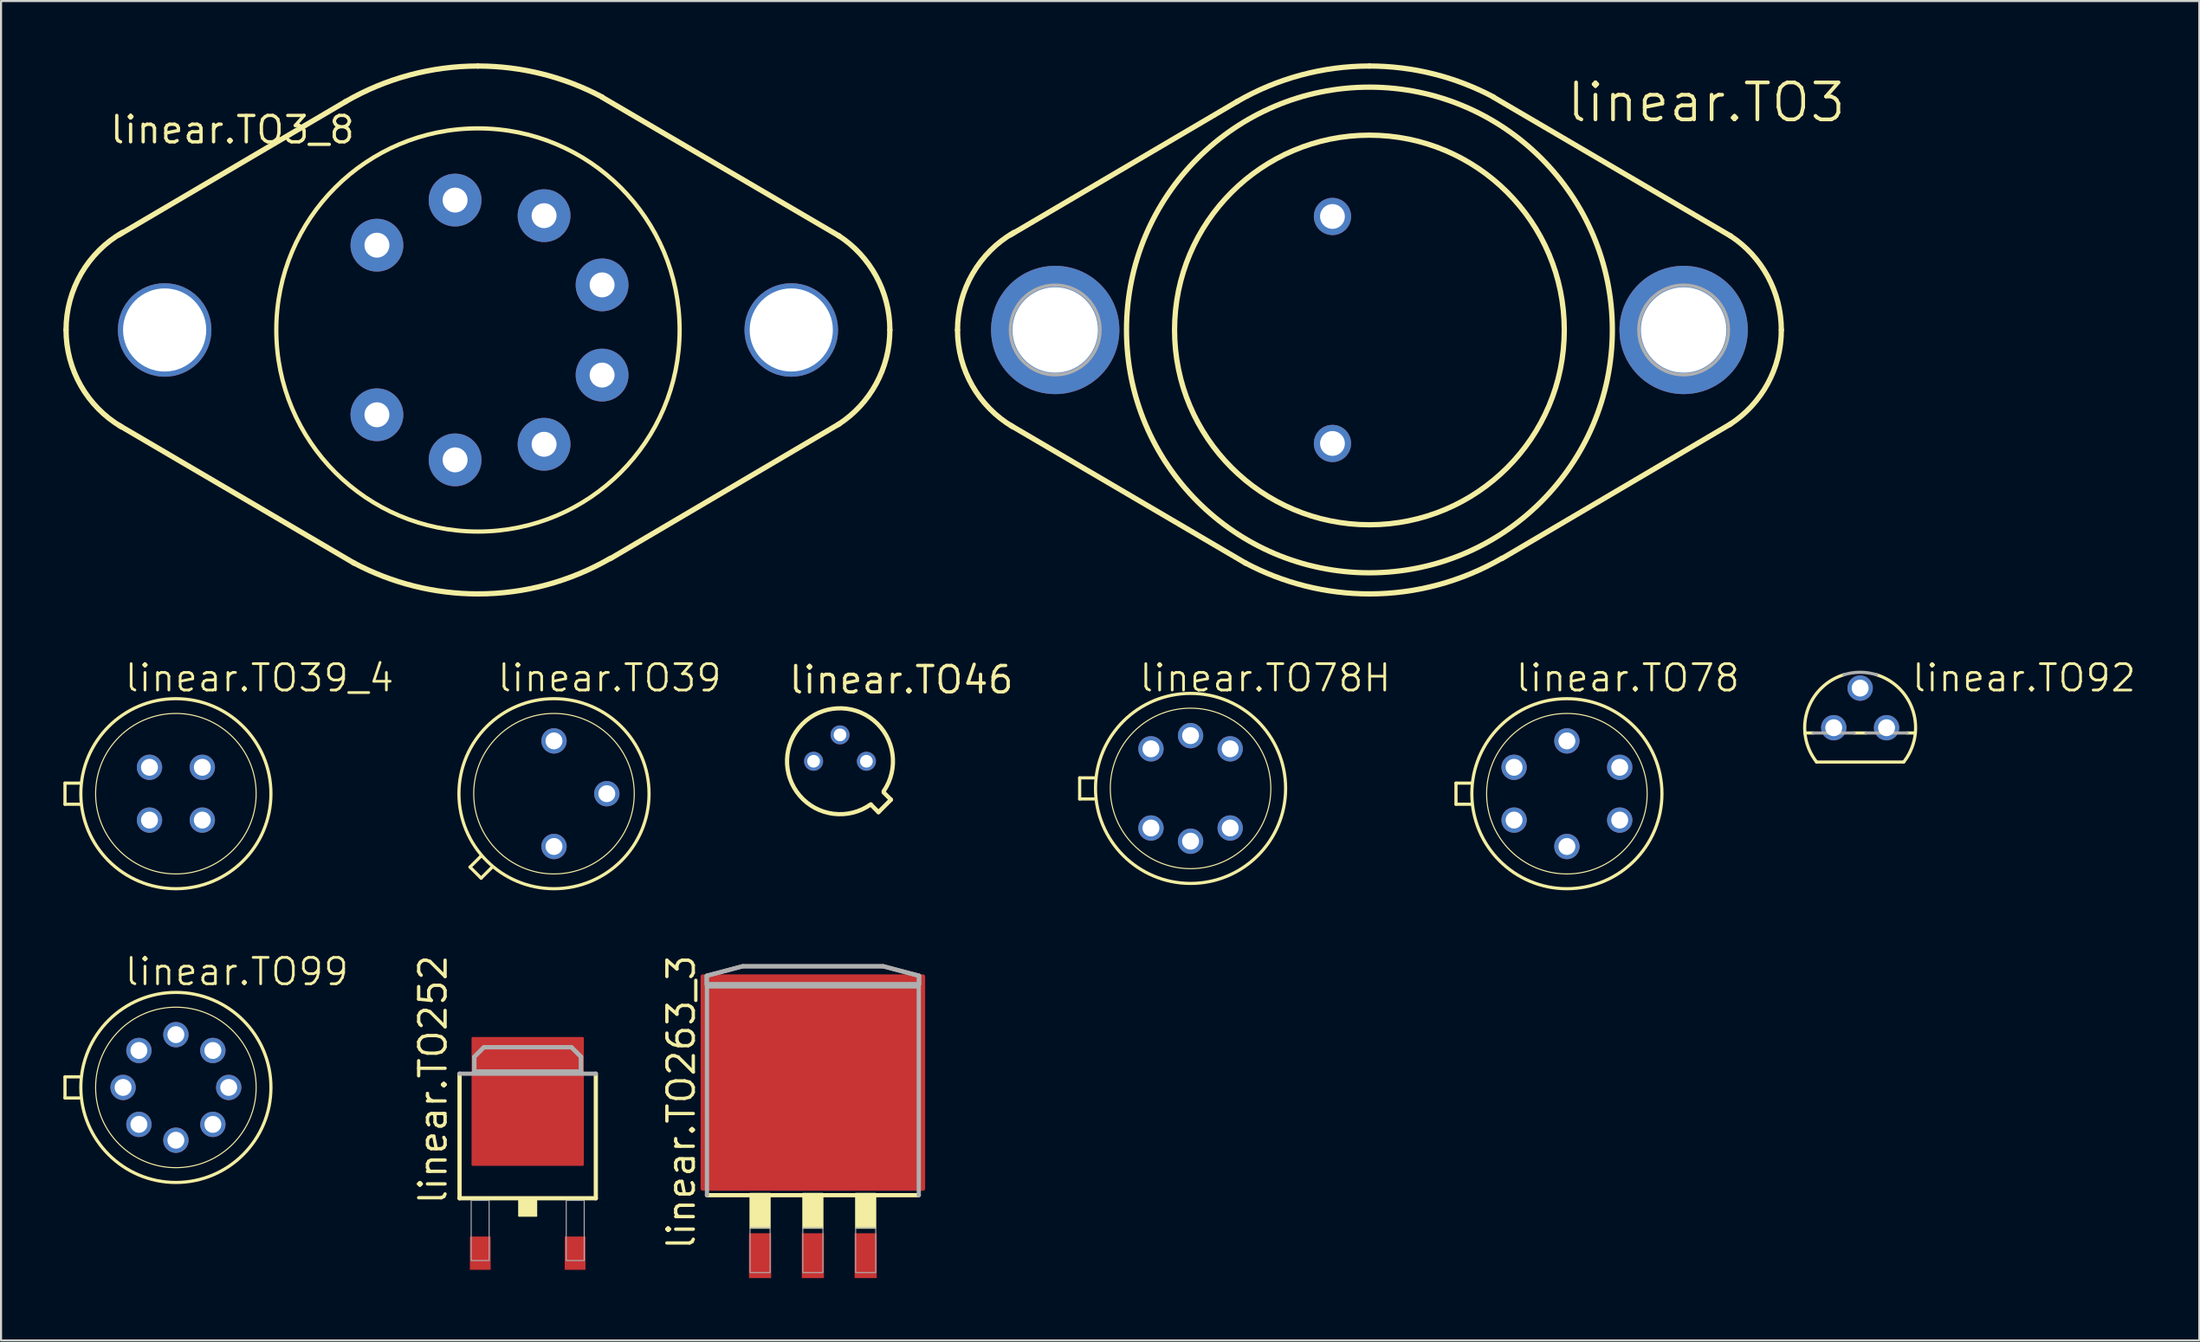
<source format=kicad_pcb>
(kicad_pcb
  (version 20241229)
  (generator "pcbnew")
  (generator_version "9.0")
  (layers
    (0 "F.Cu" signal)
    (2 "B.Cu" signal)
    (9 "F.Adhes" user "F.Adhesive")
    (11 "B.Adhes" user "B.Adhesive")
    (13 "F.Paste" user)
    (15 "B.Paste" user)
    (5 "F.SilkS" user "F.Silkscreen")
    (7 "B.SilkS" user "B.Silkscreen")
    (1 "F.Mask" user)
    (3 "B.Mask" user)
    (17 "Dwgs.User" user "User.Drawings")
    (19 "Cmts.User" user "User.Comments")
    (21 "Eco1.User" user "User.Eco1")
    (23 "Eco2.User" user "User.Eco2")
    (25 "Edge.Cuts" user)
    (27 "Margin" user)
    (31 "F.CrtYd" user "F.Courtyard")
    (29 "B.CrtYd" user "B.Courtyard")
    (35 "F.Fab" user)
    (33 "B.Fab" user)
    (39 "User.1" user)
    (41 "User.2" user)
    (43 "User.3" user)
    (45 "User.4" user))
  (footprint "linear.TO78H"
    (layer "F.Cu")
    (at 54.214 34.886)
    (property "Reference" "linear.TO78H" (at -2.54 -4.572 0) (layer "F.SilkS") (effects (font (size 1.27 1.27) (thickness 0.13)) (justify left bottom)))
    (attr through_hole)
    (fp_line (start -5.334 0.508) (end -5.334 -0.508) (stroke (width 0.152) (type default)) (layer "F.SilkS"))
    (fp_line (start -5.334 0.508) (end -4.572 0.508) (stroke (width 0.152) (type default)) (layer "F.SilkS"))
    (fp_line (start -4.572 -0.508) (end -5.334 -0.508) (stroke (width 0.152) (type default)) (layer "F.SilkS"))
    (fp_circle (center 0 0) (end 3.861 0) (stroke (width 0.051) (type default)) (fill no) (layer "F.SilkS"))
    (fp_circle (center 0 0) (end 4.572 0) (stroke (width 0.152) (type default)) (fill no) (layer "F.SilkS"))
    (pad "1" thru_hole circle (at -1.905 1.905) (size 1.219 1.219) (drill 0.813) (layers "*.Cu" "*.Mask"))
    (pad "2" thru_hole circle (at 0 2.54) (size 1.219 1.219) (drill 0.813) (layers "*.Cu" "*.Mask"))
    (pad "3" thru_hole circle (at 1.905 1.905) (size 1.219 1.219) (drill 0.813) (layers "*.Cu" "*.Mask"))
    (pad "4" thru_hole circle (at 1.905 -1.905) (size 1.219 1.219) (drill 0.813) (layers "*.Cu" "*.Mask"))
    (pad "5" thru_hole circle (at 0 -2.54) (size 1.219 1.219) (drill 0.813) (layers "*.Cu" "*.Mask"))
    (pad "6" thru_hole circle (at -1.905 -1.905) (size 1.219 1.219) (drill 0.813) (layers "*.Cu" "*.Mask")))
  (footprint "linear.TO39_4"
    (layer "F.Cu")
    (at 5.41 35.14)
    (property "Reference" "linear.TO39_4" (at -2.54 -4.826 0) (layer "F.SilkS") (effects (font (size 1.27 1.27) (thickness 0.13)) (justify left bottom)))
    (attr through_hole)
    (fp_line (start -5.334 0.508) (end -5.334 -0.508) (stroke (width 0.152) (type default)) (layer "F.SilkS"))
    (fp_line (start -5.334 0.508) (end -4.572 0.508) (stroke (width 0.152) (type default)) (layer "F.SilkS"))
    (fp_line (start -4.572 -0.508) (end -5.334 -0.508) (stroke (width 0.152) (type default)) (layer "F.SilkS"))
    (fp_circle (center 0 0) (end 3.861 0) (stroke (width 0.051) (type default)) (fill no) (layer "F.SilkS"))
    (fp_circle (center 0 0) (end 4.572 0) (stroke (width 0.152) (type default)) (fill no) (layer "F.SilkS"))
    (pad "1" thru_hole circle (at -1.27 1.27) (size 1.219 1.219) (drill 0.813) (layers "*.Cu" "*.Mask"))
    (pad "2" thru_hole circle (at 1.27 1.27) (size 1.219 1.219) (drill 0.813) (layers "*.Cu" "*.Mask"))
    (pad "3" thru_hole circle (at 1.27 -1.27) (size 1.219 1.219) (drill 0.813) (layers "*.Cu" "*.Mask"))
    (pad "4" thru_hole circle (at -1.27 -1.27) (size 1.219 1.219) (drill 0.813) (layers "*.Cu" "*.Mask")))
  (footprint "linear.TO252"
    (layer "F.Cu")
    (at 22.331 52.448)
    (property "Reference" "linear.TO252" (at -3.81 2.54 90) (layer "F.SilkS") (effects (font (size 1.27 1.27) (thickness 0.16)) (justify left bottom)))
    (attr smd)
    (fp_line (start -3.277 2.159) (end -3.277 -3.835) (stroke (width 0.203) (type default)) (layer "F.SilkS"))
    (fp_line (start 3.277 -3.835) (end 3.277 2.159) (stroke (width 0.203) (type default)) (layer "F.SilkS"))
    (fp_line (start 3.277 2.159) (end -3.277 2.159) (stroke (width 0.203) (type default)) (layer "F.SilkS"))
    (fp_rect (start -0.432 3.023) (end 0.432 2.261) (stroke (width 0.05) (type default)) (fill yes) (layer "F.SilkS"))
    (fp_line (start -3.277 -3.835) (end 3.277 -3.835) (stroke (width 0.203) (type default)) (layer "F.Fab"))
    (fp_line (start -2.565 -4.648) (end -2.108 -5.105) (stroke (width 0.203) (type default)) (layer "F.Fab"))
    (fp_line (start -2.565 -3.937) (end -2.565 -4.648) (stroke (width 0.203) (type default)) (layer "F.Fab"))
    (fp_line (start -2.108 -5.105) (end 2.108 -5.105) (stroke (width 0.203) (type default)) (layer "F.Fab"))
    (fp_line (start 2.108 -5.105) (end 2.565 -4.648) (stroke (width 0.203) (type default)) (layer "F.Fab"))
    (fp_line (start 2.565 -4.648) (end 2.565 -3.937) (stroke (width 0.203) (type default)) (layer "F.Fab"))
    (fp_line (start 2.565 -3.937) (end -2.565 -3.937) (stroke (width 0.203) (type default)) (layer "F.Fab"))
    (fp_rect (start -2.718 5.156) (end -1.854 2.261) (stroke (width 0.05) (type default)) (fill no) (layer "F.Fab"))
    (fp_rect (start 1.854 5.156) (end 2.718 2.261) (stroke (width 0.05) (type default)) (fill no) (layer "F.Fab"))
    (fp_poly (pts (xy -2.565 -3.937) (xy -2.565 -4.648) (xy -2.108 -5.105) (xy 2.108 -5.105) (xy 2.565 -4.648) (xy 2.565 -3.937)) (stroke (width 0.2) (type default)) (fill no) (layer "F.Fab"))
    (pad "1" smd roundrect (at -2.28 4.8) (size 1 1.6) (layers "F.Cu" "F.Mask" "F.Paste") (roundrect_rratio 0.01))
    (pad "2" smd roundrect (at 2.28 4.8) (size 1 1.6) (layers "F.Cu" "F.Mask" "F.Paste") (roundrect_rratio 0.01))
    (pad "3" smd roundrect (at 0 -2.5) (size 5.4 6.2) (layers "F.Cu" "F.Mask" "F.Paste") (roundrect_rratio 0.01)))
  (footprint "linear.TO3_8"
    (layer "F.Cu")
    (at 19.939 12.827)
    (property "Reference" "linear.TO3_8" (at -17.78 -8.89 0) (layer "F.SilkS") (effects (font (size 1.27 1.27) (thickness 0.16)) (justify left bottom)))
    (attr through_hole)
    (fp_line (start -6.35 -10.998) (end -17.272 -4.572) (stroke (width 0.254) (type default)) (layer "F.SilkS"))
    (fp_line (start -5.944 11.227) (end -17.247 4.597) (stroke (width 0.254) (type default)) (layer "F.SilkS"))
    (fp_line (start 5.969 -11.201) (end 17.374 -4.521) (stroke (width 0.254) (type default)) (layer "F.SilkS"))
    (fp_line (start 6.375 10.998) (end 17.374 4.521) (stroke (width 0.254) (type default)) (layer "F.SilkS"))
    (fp_arc (start -19.812 0) (mid -19.08306 -2.712168) (end -17.0927 -4.6935) (stroke (width 0.254) (type default)) (layer "F.SilkS"))
    (fp_arc (start -17.1555 4.657) (mid -19.101186 2.680705) (end -19.812 0) (stroke (width 0.254) (type default)) (layer "F.SilkS"))
    (fp_arc (start -6.3718 -10.9859) (mid -3.299165 -12.263989) (end 0 -12.7) (stroke (width 0.254) (type default)) (layer "F.SilkS"))
    (fp_arc (start 0 -12.7) (mid 3.080216 -12.320819) (end 5.9765 -11.2059) (stroke (width 0.254) (type default)) (layer "F.SilkS"))
    (fp_arc (start 0 12.7) (mid -3.080216 12.320819) (end -5.9765 11.2059) (stroke (width 0.254) (type default)) (layer "F.SilkS"))
    (fp_arc (start 6.3718 10.9859) (mid 3.299165 12.263989) (end 0 12.7) (stroke (width 0.254) (type default)) (layer "F.SilkS"))
    (fp_arc (start 17.3366 -4.545) (mid 19.153012 -2.587691) (end 19.812 0) (stroke (width 0.254) (type default)) (layer "F.SilkS"))
    (fp_arc (start 19.812 0) (mid 19.153012 2.587691) (end 17.3366 4.545) (stroke (width 0.254) (type default)) (layer "F.SilkS"))
    (fp_circle (center 0 0) (end 9.7 0) (stroke (width 0.203) (type default)) (fill no) (layer "F.SilkS"))
    (pad "1" thru_hole circle (at -4.86 4.08) (size 2.54 2.54) (drill 1.2) (layers "*.Cu" "*.Mask"))
    (pad "2" thru_hole circle (at -1.1 6.25) (size 2.54 2.54) (drill 1.2) (layers "*.Cu" "*.Mask"))
    (pad "3" thru_hole circle (at 3.18 5.5) (size 2.54 2.54) (drill 1.2) (layers "*.Cu" "*.Mask"))
    (pad "4" thru_hole circle (at 5.97 2.17) (size 2.54 2.54) (drill 1.2) (layers "*.Cu" "*.Mask"))
    (pad "5" thru_hole circle (at 5.97 -2.17) (size 2.54 2.54) (drill 1.2) (layers "*.Cu" "*.Mask"))
    (pad "6" thru_hole circle (at 3.18 -5.5) (size 2.54 2.54) (drill 1.2) (layers "*.Cu" "*.Mask"))
    (pad "7" thru_hole circle (at -1.1 -6.25) (size 2.54 2.54) (drill 1.2) (layers "*.Cu" "*.Mask"))
    (pad "8" thru_hole circle (at -4.86 -4.08) (size 2.54 2.54) (drill 1.2) (layers "*.Cu" "*.Mask"))
    (pad "G@1" thru_hole circle (at -15.07 0) (size 4.5 4.5) (drill 4) (layers "*.Cu" "*.Mask"))
    (pad "G@2" thru_hole circle (at 15.07 0) (size 4.5 4.5) (drill 4) (layers "*.Cu" "*.Mask")))
  (footprint "linear.TO39"
    (layer "F.Cu")
    (at 23.596 35.14)
    (property "Reference" "linear.TO39" (at -2.794 -4.826 0) (layer "F.SilkS") (effects (font (size 1.27 1.27) (thickness 0.13)) (justify left bottom)))
    (attr through_hole)
    (fp_line (start -4.039 3.531) (end -3.505 2.997) (stroke (width 0.152) (type default)) (layer "F.SilkS"))
    (fp_line (start -3.505 4.064) (end -4.039 3.531) (stroke (width 0.152) (type default)) (layer "F.SilkS"))
    (fp_line (start -2.972 3.531) (end -3.505 4.064) (stroke (width 0.152) (type default)) (layer "F.SilkS"))
    (fp_circle (center 0 0) (end 3.861 0) (stroke (width 0.051) (type default)) (fill no) (layer "F.SilkS"))
    (fp_circle (center 0 0) (end 4.572 0) (stroke (width 0.152) (type default)) (fill no) (layer "F.SilkS"))
    (pad "1" thru_hole circle (at 0 2.54) (size 1.219 1.219) (drill 0.813) (layers "*.Cu" "*.Mask"))
    (pad "2" thru_hole circle (at 2.54 0) (size 1.219 1.219) (drill 0.813) (layers "*.Cu" "*.Mask"))
    (pad "3" thru_hole circle (at 0 -2.54) (size 1.219 1.219) (drill 0.813) (layers "*.Cu" "*.Mask")))
  (footprint "linear.TO92"
    (layer "F.Cu")
    (at 86.42 31.965)
    (property "Reference" "linear.TO92" (at 2.413 -1.651 0) (layer "F.SilkS") (effects (font (size 1.27 1.27) (thickness 0.13)) (justify left bottom)))
    (attr through_hole)
    (fp_line (start -2.655 0.254) (end -2.254 0.254) (stroke (width 0.152) (type default)) (layer "F.SilkS"))
    (fp_line (start -2.095 1.651) (end 2.095 1.651) (stroke (width 0.152) (type default)) (layer "F.SilkS"))
    (fp_line (start -0.286 0.254) (end 0.286 0.254) (stroke (width 0.152) (type default)) (layer "F.SilkS"))
    (fp_line (start 2.254 0.254) (end 2.655 0.254) (stroke (width 0.152) (type default)) (layer "F.SilkS"))
    (fp_arc (start -2.095 1.651) (mid -2.546799 -0.793168) (end -0.7869 -2.5484) (stroke (width 0.1524) (type default)) (layer "F.SilkS"))
    (fp_arc (start 0.7869 -2.5484) (mid 2.546799 -0.793168) (end 2.095 1.651) (stroke (width 0.1524) (type default)) (layer "F.SilkS"))
    (fp_line (start -2.254 0.254) (end -0.286 0.254) (stroke (width 0.152) (type default)) (layer "F.Fab"))
    (fp_line (start 0.286 0.254) (end 2.254 0.254) (stroke (width 0.152) (type default)) (layer "F.Fab"))
    (fp_arc (start -0.7864 -2.5484) (mid 0 -2.666977) (end 0.7864 -2.5484) (stroke (width 0.1524) (type default)) (layer "F.Fab"))
    (pad "1" thru_hole circle (at -1.27 0) (size 1.219 1.219) (drill 0.813) (layers "*.Cu" "*.Mask"))
    (pad "2" thru_hole circle (at 0 -1.905) (size 1.219 1.219) (drill 0.813) (layers "*.Cu" "*.Mask"))
    (pad "3" thru_hole circle (at 1.27 0) (size 1.219 1.219) (drill 0.813) (layers "*.Cu" "*.Mask")))
  (footprint "linear.TO46"
    (layer "F.Cu")
    (at 37.353 33.579)
    (property "Reference" "linear.TO46" (at -2.54 -3.175 0) (layer "F.SilkS") (effects (font (size 1.27 1.27) (thickness 0.16)) (justify left bottom)))
    (attr through_hole)
    (fp_line (start 1.85 2.45) (end 1.5 2.1) (stroke (width 0.203) (type default)) (layer "F.SilkS"))
    (fp_line (start 2.1 1.5) (end 2.45 1.85) (stroke (width 0.203) (type default)) (layer "F.SilkS"))
    (fp_line (start 2.45 1.85) (end 1.85 2.45) (stroke (width 0.203) (type default)) (layer "F.SilkS"))
    (fp_arc (start 1.480988 2.073384) (mid -1.81805 -1.785252) (end 2.099999 1.443001) (stroke (width 0.2032) (type default)) (layer "F.SilkS"))
    (pad "1" thru_hole circle (at 1.27 0 270) (size 0.914 0.914) (drill 0.61) (layers "*.Cu" "*.Mask"))
    (pad "2" thru_hole circle (at 0 -1.27 270) (size 0.914 0.914) (drill 0.61) (layers "*.Cu" "*.Mask"))
    (pad "3" thru_hole circle (at -1.27 0 270) (size 0.914 0.914) (drill 0.61) (layers "*.Cu" "*.Mask")))
  (footprint "linear.TO99"
    (layer "F.Cu")
    (at 5.41 49.274)
    (property "Reference" "linear.TO99" (at -2.54 -4.826 0) (layer "F.SilkS") (effects (font (size 1.27 1.27) (thickness 0.13)) (justify left bottom)))
    (attr through_hole)
    (fp_line (start -5.334 0.508) (end -5.334 -0.508) (stroke (width 0.152) (type default)) (layer "F.SilkS"))
    (fp_line (start -5.334 0.508) (end -4.572 0.508) (stroke (width 0.152) (type default)) (layer "F.SilkS"))
    (fp_line (start -4.572 -0.508) (end -5.334 -0.508) (stroke (width 0.152) (type default)) (layer "F.SilkS"))
    (fp_circle (center 0 0) (end 3.861 0) (stroke (width 0.051) (type default)) (fill no) (layer "F.SilkS"))
    (fp_circle (center 0 0) (end 4.572 0) (stroke (width 0.152) (type default)) (fill no) (layer "F.SilkS"))
    (pad "1" thru_hole circle (at -1.778 1.778) (size 1.219 1.219) (drill 0.813) (layers "*.Cu" "*.Mask"))
    (pad "2" thru_hole circle (at 0 2.54) (size 1.219 1.219) (drill 0.813) (layers "*.Cu" "*.Mask"))
    (pad "3" thru_hole circle (at 1.778 1.778) (size 1.219 1.219) (drill 0.813) (layers "*.Cu" "*.Mask"))
    (pad "4" thru_hole circle (at 2.54 0) (size 1.219 1.219) (drill 0.813) (layers "*.Cu" "*.Mask"))
    (pad "5" thru_hole circle (at 1.778 -1.778) (size 1.219 1.219) (drill 0.813) (layers "*.Cu" "*.Mask"))
    (pad "6" thru_hole circle (at 0 -2.54) (size 1.219 1.219) (drill 0.813) (layers "*.Cu" "*.Mask"))
    (pad "7" thru_hole circle (at -1.778 -1.778) (size 1.219 1.219) (drill 0.813) (layers "*.Cu" "*.Mask"))
    (pad "8" thru_hole circle (at -2.54 0) (size 1.219 1.219) (drill 0.813) (layers "*.Cu" "*.Mask")))
  (footprint "linear.TO78"
    (layer "F.Cu")
    (at 72.315 35.14)
    (property "Reference" "linear.TO78" (at -2.54 -4.826 0) (layer "F.SilkS") (effects (font (size 1.27 1.27) (thickness 0.13)) (justify left bottom)))
    (attr through_hole)
    (fp_line (start -5.334 0.508) (end -5.334 -0.508) (stroke (width 0.152) (type default)) (layer "F.SilkS"))
    (fp_line (start -5.334 0.508) (end -4.572 0.508) (stroke (width 0.152) (type default)) (layer "F.SilkS"))
    (fp_line (start -4.572 -0.508) (end -5.334 -0.508) (stroke (width 0.152) (type default)) (layer "F.SilkS"))
    (fp_circle (center 0 0) (end 3.861 0) (stroke (width 0.051) (type default)) (fill no) (layer "F.SilkS"))
    (fp_circle (center 0 0) (end 4.572 0) (stroke (width 0.152) (type default)) (fill no) (layer "F.SilkS"))
    (pad "1" thru_hole circle (at -2.54 1.27) (size 1.219 1.219) (drill 0.813) (layers "*.Cu" "*.Mask"))
    (pad "2" thru_hole circle (at 0 2.54) (size 1.219 1.219) (drill 0.813) (layers "*.Cu" "*.Mask"))
    (pad "3" thru_hole circle (at 2.54 1.27) (size 1.219 1.219) (drill 0.813) (layers "*.Cu" "*.Mask"))
    (pad "4" thru_hole circle (at 2.54 -1.27) (size 1.219 1.219) (drill 0.813) (layers "*.Cu" "*.Mask"))
    (pad "5" thru_hole circle (at 0 -2.54) (size 1.219 1.219) (drill 0.813) (layers "*.Cu" "*.Mask"))
    (pad "6" thru_hole circle (at -2.54 -1.27) (size 1.219 1.219) (drill 0.813) (layers "*.Cu" "*.Mask")))
  (footprint "linear.TO263_3"
    (layer "F.Cu")
    (at 36.048 51.578)
    (property "Reference" "linear.TO263_3" (at -5.588 5.588 90) (layer "F.SilkS") (effects (font (size 1.27 1.27) (thickness 0.16)) (justify left bottom)))
    (attr smd)
    (fp_line (start 5.094 2.88) (end -5.094 2.88) (stroke (width 0.203) (type default)) (layer "F.SilkS"))
    (fp_rect (start -3.023 4.47) (end -2.057 2.794) (stroke (width 0.05) (type default)) (fill yes) (layer "F.SilkS"))
    (fp_rect (start -0.483 4.47) (end 0.483 2.794) (stroke (width 0.05) (type default)) (fill yes) (layer "F.SilkS"))
    (fp_rect (start 2.057 4.47) (end 3.023 2.794) (stroke (width 0.05) (type default)) (fill yes) (layer "F.SilkS"))
    (fp_line (start -5.105 -7.678) (end -3.378 -8.135) (stroke (width 0.203) (type default)) (layer "F.Fab"))
    (fp_line (start -5.105 -7.267) (end -5.105 -7.678) (stroke (width 0.203) (type default)) (layer "F.Fab"))
    (fp_line (start -5.094 -7.165) (end 5.094 -7.165) (stroke (width 0.203) (type default)) (layer "F.Fab"))
    (fp_line (start -5.094 2.88) (end -5.094 -7.165) (stroke (width 0.203) (type default)) (layer "F.Fab"))
    (fp_line (start -3.378 -8.135) (end 3.378 -8.135) (stroke (width 0.203) (type default)) (layer "F.Fab"))
    (fp_line (start 3.378 -8.135) (end 5.105 -7.678) (stroke (width 0.203) (type default)) (layer "F.Fab"))
    (fp_line (start 5.094 -7.165) (end 5.094 2.88) (stroke (width 0.203) (type default)) (layer "F.Fab"))
    (fp_line (start 5.105 -7.678) (end 5.105 -7.267) (stroke (width 0.203) (type default)) (layer "F.Fab"))
    (fp_line (start 5.105 -7.267) (end -5.105 -7.267) (stroke (width 0.203) (type default)) (layer "F.Fab"))
    (fp_rect (start -3.023 6.604) (end -2.057 4.445) (stroke (width 0.05) (type default)) (fill no) (layer "F.Fab"))
    (fp_rect (start -0.483 6.604) (end 0.483 4.445) (stroke (width 0.05) (type default)) (fill no) (layer "F.Fab"))
    (fp_rect (start 2.057 6.604) (end 3.023 4.445) (stroke (width 0.05) (type default)) (fill no) (layer "F.Fab"))
    (fp_poly (pts (xy -5.105 -7.267) (xy -5.105 -7.678) (xy -3.378 -8.135) (xy 3.378 -8.135) (xy 5.105 -7.678) (xy 5.105 -7.267)) (stroke (width 0.203) (type default)) (fill no) (layer "F.Fab"))
    (pad "1" smd roundrect (at -2.54 5.791) (size 1.067 2.159) (layers "F.Cu" "F.Mask" "F.Paste") (roundrect_rratio 0.01))
    (pad "2" smd roundrect (at 0 5.791) (size 1.067 2.159) (layers "F.Cu" "F.Mask" "F.Paste") (roundrect_rratio 0.01))
    (pad "3" smd roundrect (at 2.54 5.791) (size 1.067 2.159) (layers "F.Cu" "F.Mask" "F.Paste") (roundrect_rratio 0.01))
    (pad "TAB" smd roundrect (at 0 -2.54) (size 10.8 10.41) (layers "F.Cu" "F.Mask" "F.Paste") (roundrect_rratio 0.01)))
  (footprint "linear.TO3"
    (layer "F.Cu")
    (at 62.817 12.827)
    (property "Reference" "linear.TO3" (at 9.398 -9.906 0) (layer "F.SilkS") (effects (font (size 1.778 1.778) (thickness 0.18)) (justify left bottom)))
    (attr through_hole)
    (fp_line (start -6.35 -10.998) (end -17.272 -4.572) (stroke (width 0.254) (type default)) (layer "F.SilkS"))
    (fp_line (start -5.944 11.227) (end -17.247 4.597) (stroke (width 0.254) (type default)) (layer "F.SilkS"))
    (fp_line (start 5.969 -11.201) (end 17.374 -4.521) (stroke (width 0.254) (type default)) (layer "F.SilkS"))
    (fp_line (start 6.375 10.998) (end 17.374 4.521) (stroke (width 0.254) (type default)) (layer "F.SilkS"))
    (fp_arc (start -19.812 0) (mid -19.08306 -2.712168) (end -17.0927 -4.6935) (stroke (width 0.254) (type default)) (layer "F.SilkS"))
    (fp_arc (start -17.1555 4.657) (mid -19.101186 2.680705) (end -19.812 0) (stroke (width 0.254) (type default)) (layer "F.SilkS"))
    (fp_arc (start -6.3718 -10.9859) (mid -3.299165 -12.263989) (end 0 -12.7) (stroke (width 0.254) (type default)) (layer "F.SilkS"))
    (fp_arc (start 0 -12.7) (mid 3.080216 -12.320822) (end 5.9765 -11.2059) (stroke (width 0.254) (type default)) (layer "F.SilkS"))
    (fp_arc (start 0 12.7) (mid -3.080216 12.320822) (end -5.9765 11.2059) (stroke (width 0.254) (type default)) (layer "F.SilkS"))
    (fp_arc (start 6.3718 10.9859) (mid 3.299165 12.263989) (end 0 12.7) (stroke (width 0.254) (type default)) (layer "F.SilkS"))
    (fp_arc (start 17.3366 -4.545) (mid 19.153012 -2.587691) (end 19.812 0) (stroke (width 0.254) (type default)) (layer "F.SilkS"))
    (fp_arc (start 19.812 0) (mid 19.153012 2.587691) (end 17.3366 4.545) (stroke (width 0.254) (type default)) (layer "F.SilkS"))
    (fp_circle (center 0 0) (end 9.373 0) (stroke (width 0.254) (type default)) (fill no) (layer "F.SilkS"))
    (fp_circle (center 0 0) (end 11.684 0) (stroke (width 0.254) (type default)) (fill no) (layer "F.SilkS"))
    (fp_circle (center -15.113 0) (end -12.954 0) (stroke (width 0.152) (type default)) (fill no) (layer "F.Fab"))
    (fp_circle (center 15.113 0) (end 17.272 0) (stroke (width 0.152) (type default)) (fill no) (layer "F.Fab"))
    (pad "B" thru_hole circle (at -1.778 -5.461) (size 1.791 1.791) (drill 1.194) (layers "*.Cu" "*.Mask"))
    (pad "C" thru_hole circle (at 15.113 0) (size 6.172 6.172) (drill 4.115) (layers "*.Cu" "*.Mask"))
    (pad "C/" thru_hole circle (at -15.113 0) (size 6.172 6.172) (drill 4.115) (layers "*.Cu" "*.Mask"))
    (pad "E" thru_hole circle (at -1.778 5.461) (size 1.791 1.791) (drill 1.194) (layers "*.Cu" "*.Mask")))
  (gr_rect
    (start -3 -3)
    (end 102.733 61.448)
    (stroke (width 0.1) (type default))
    (fill no)
    (layer "Edge.Cuts")))
</source>
